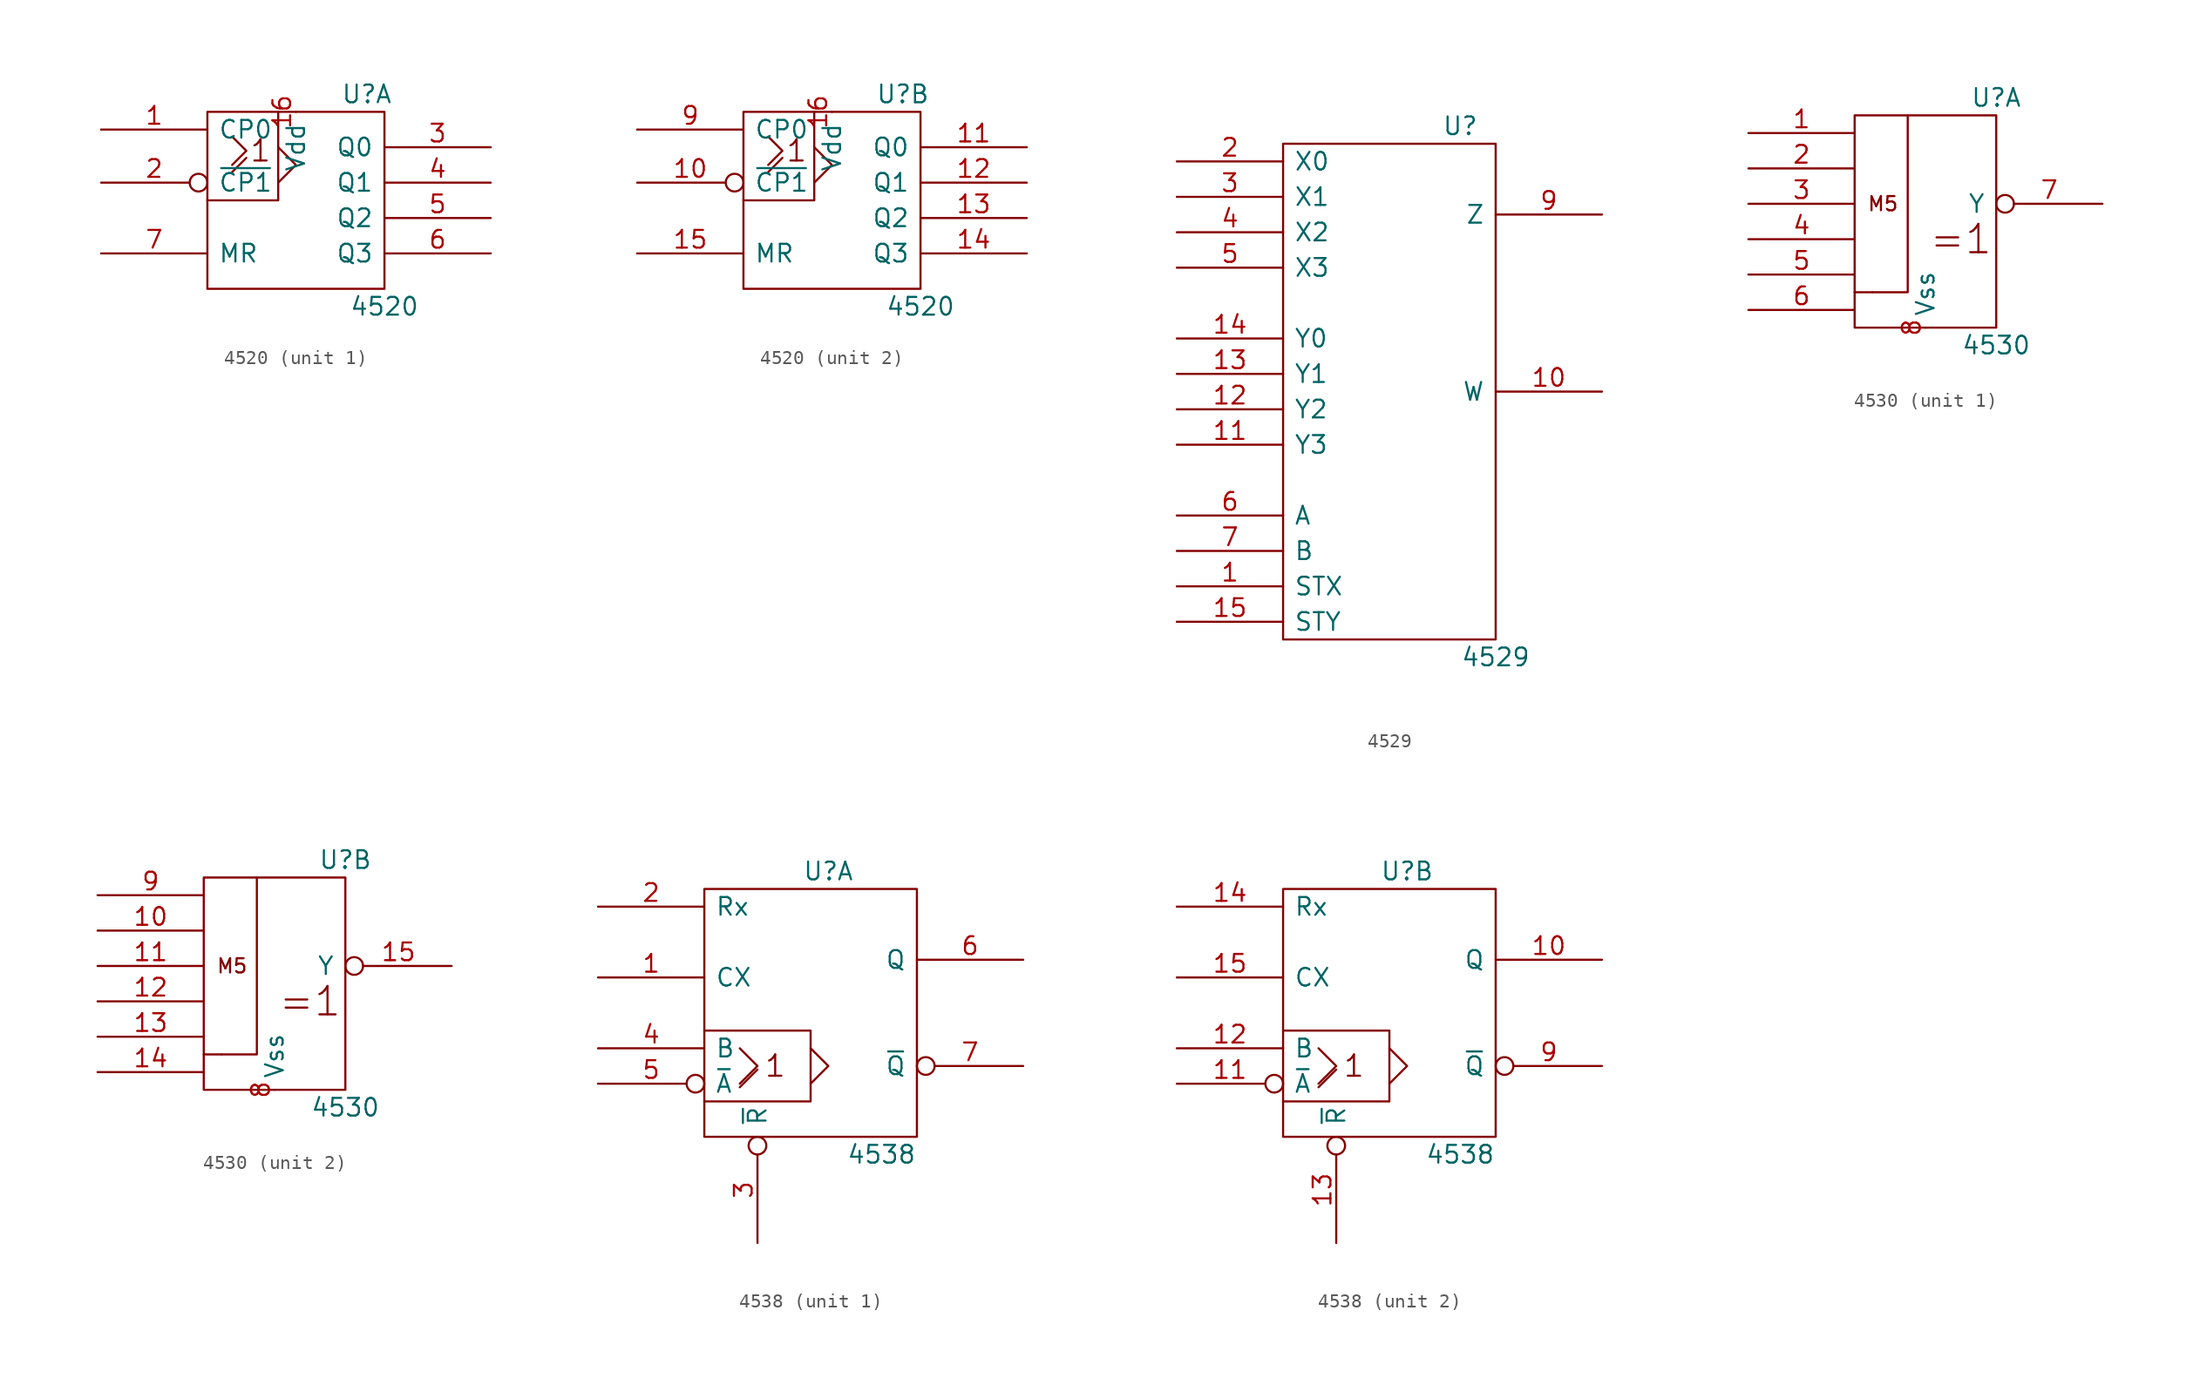
<source format=kicad_sym>
(kicad_symbol_lib
  (version 20201005)
  (generator kicad_symbol_editor)
  (symbol "4xxx_IEEE:4520"
    (pin_names
      (offset 0.762))
    (property "Reference" "U"
      (at 5.08 7.62 0)
      (effects (font (size 1.27 1.27))))
    (property "Value" "4520"
      (at 6.35 -7.62 0)
      (effects (font (size 1.27 1.27))))
    (symbol "4520_0_0"
      (text "1" (at -2.54 3.556 0) (effects (font (size 1.524 1.524)))))
    (symbol "4520_0_1"
      (rectangle (start 6.35 6.35) (end -6.35 -6.35) (stroke (width 0)) (fill (type none)))
      (polyline (pts (xy -4.572 2.032) (xy -3.556 3.048) (xy -3.556 3.048)) (stroke (width 0)) (fill (type none)))
      (polyline (pts (xy -4.572 4.572) (xy -3.556 3.556) (xy -4.572 2.54) (xy -4.572 2.54)) (stroke (width 0)) (fill (type none)))
      (polyline (pts (xy -1.27 3.81) (xy 0 2.54) (xy -1.27 1.27) (xy -1.27 1.27)) (stroke (width 0)) (fill (type none)))
      (polyline (pts (xy -1.27 6.35) (xy -1.27 0) (xy -6.35 0) (xy -6.35 0)) (stroke (width 0)) (fill (type none)))
      (pin power_in line (at 0 6.35 270) (length 0) (name "Vdd" (effects (font (size 1.27 1.27)))) (number "16" (effects (font (size 1.27 1.27)))))
      (pin power_in line (at 0 -6.35 90) (length 0) hide (name "Vss" (effects (font (size 1.27 1.27)))) (number "8" (effects (font (size 1.27 1.27))))))
    (symbol "4520_1_1"
      (pin input line (at -13.97 5.08 0) (length 7.62) (name "CP0" (effects (font (size 1.27 1.27)))) (number "1" (effects (font (size 1.27 1.27)))))
      (pin input inverted (at -13.97 1.27 0) (length 7.62) (name "~CP1" (effects (font (size 1.27 1.27)))) (number "2" (effects (font (size 1.27 1.27)))))
      (pin output line (at 13.97 3.81 180) (length 7.62) (name "Q0" (effects (font (size 1.27 1.27)))) (number "3" (effects (font (size 1.27 1.27)))))
      (pin output line (at 13.97 1.27 180) (length 7.62) (name "Q1" (effects (font (size 1.27 1.27)))) (number "4" (effects (font (size 1.27 1.27)))))
      (pin output line (at 13.97 -1.27 180) (length 7.62) (name "Q2" (effects (font (size 1.27 1.27)))) (number "5" (effects (font (size 1.27 1.27)))))
      (pin output line (at 13.97 -3.81 180) (length 7.62) (name "Q3" (effects (font (size 1.27 1.27)))) (number "6" (effects (font (size 1.27 1.27)))))
      (pin input line (at -13.97 -3.81 0) (length 7.62) (name "MR" (effects (font (size 1.27 1.27)))) (number "7" (effects (font (size 1.27 1.27))))))
    (symbol "4520_2_1"
      (pin input inverted (at -13.97 1.27 0) (length 7.62) (name "~CP1" (effects (font (size 1.27 1.27)))) (number "10" (effects (font (size 1.27 1.27)))))
      (pin output line (at 13.97 3.81 180) (length 7.62) (name "Q0" (effects (font (size 1.27 1.27)))) (number "11" (effects (font (size 1.27 1.27)))))
      (pin output line (at 13.97 1.27 180) (length 7.62) (name "Q1" (effects (font (size 1.27 1.27)))) (number "12" (effects (font (size 1.27 1.27)))))
      (pin output line (at 13.97 -1.27 180) (length 7.62) (name "Q2" (effects (font (size 1.27 1.27)))) (number "13" (effects (font (size 1.27 1.27)))))
      (pin output line (at 13.97 -3.81 180) (length 7.62) (name "Q3" (effects (font (size 1.27 1.27)))) (number "14" (effects (font (size 1.27 1.27)))))
      (pin input line (at -13.97 -3.81 0) (length 7.62) (name "MR" (effects (font (size 1.27 1.27)))) (number "15" (effects (font (size 1.27 1.27)))))
      (pin input line (at -13.97 5.08 0) (length 7.62) (name "CP0" (effects (font (size 1.27 1.27)))) (number "9" (effects (font (size 1.27 1.27)))))))
  (symbol "4xxx_IEEE:4529"
    (pin_names
      (offset 0.762))
    (property "Reference" "U"
      (at 5.08 19.05 0)
      (effects (font (size 1.27 1.27))))
    (property "Value" "4529"
      (at 7.62 -19.05 0)
      (effects (font (size 1.27 1.27))))
    (symbol "4529_0_1"
      (rectangle (start -7.62 17.78) (end 7.62 -17.78) (stroke (width 0)) (fill (type none))))
    (symbol "4529_1_1"
      (pin input line (at -15.24 -13.97 0) (length 7.62) (name "STX" (effects (font (size 1.27 1.27)))) (number "1" (effects (font (size 1.27 1.27)))))
      (pin tri_state line (at 15.24 0 180) (length 7.62) (name "W" (effects (font (size 1.27 1.27)))) (number "10" (effects (font (size 1.27 1.27)))))
      (pin input line (at -15.24 -3.81 0) (length 7.62) (name "Y3" (effects (font (size 1.27 1.27)))) (number "11" (effects (font (size 1.27 1.27)))))
      (pin input line (at -15.24 -1.27 0) (length 7.62) (name "Y2" (effects (font (size 1.27 1.27)))) (number "12" (effects (font (size 1.27 1.27)))))
      (pin input line (at -15.24 1.27 0) (length 7.62) (name "Y1" (effects (font (size 1.27 1.27)))) (number "13" (effects (font (size 1.27 1.27)))))
      (pin input line (at -15.24 3.81 0) (length 7.62) (name "Y0" (effects (font (size 1.27 1.27)))) (number "14" (effects (font (size 1.27 1.27)))))
      (pin input line (at -15.24 -16.51 0) (length 7.62) (name "STY" (effects (font (size 1.27 1.27)))) (number "15" (effects (font (size 1.27 1.27)))))
      (pin power_in line (at 0 17.78 270) (length 0) hide (name "VDD" (effects (font (size 1.27 1.27)))) (number "16" (effects (font (size 1.27 1.27)))))
      (pin input line (at -15.24 16.51 0) (length 7.62) (name "X0" (effects (font (size 1.27 1.27)))) (number "2" (effects (font (size 1.27 1.27)))))
      (pin input line (at -15.24 13.97 0) (length 7.62) (name "X1" (effects (font (size 1.27 1.27)))) (number "3" (effects (font (size 1.27 1.27)))))
      (pin input line (at -15.24 11.43 0) (length 7.62) (name "X2" (effects (font (size 1.27 1.27)))) (number "4" (effects (font (size 1.27 1.27)))))
      (pin input line (at -15.24 8.89 0) (length 7.62) (name "X3" (effects (font (size 1.27 1.27)))) (number "5" (effects (font (size 1.27 1.27)))))
      (pin input line (at -15.24 -8.89 0) (length 7.62) (name "A" (effects (font (size 1.27 1.27)))) (number "6" (effects (font (size 1.27 1.27)))))
      (pin input line (at -15.24 -11.43 0) (length 7.62) (name "B" (effects (font (size 1.27 1.27)))) (number "7" (effects (font (size 1.27 1.27)))))
      (pin power_in line (at 0 -17.78 90) (length 0) hide (name "VSS" (effects (font (size 1.27 1.27)))) (number "8" (effects (font (size 1.27 1.27)))))
      (pin tri_state line (at 15.24 12.7 180) (length 7.62) (name "Z" (effects (font (size 1.27 1.27)))) (number "9" (effects (font (size 1.27 1.27)))))))
  (symbol "4xxx_IEEE:4530"
    (pin_names
      (offset 0.762))
    (property "Reference" "U"
      (at 5.08 7.62 0)
      (effects (font (size 1.27 1.27))))
    (property "Value" "4530"
      (at 5.08 -10.16 0)
      (effects (font (size 1.27 1.27))))
    (symbol "4530_0_0"
      (text "=1" (at 2.54 -2.54 0) (effects (font (size 2.032 2.032))))
      (text "M5" (at -3.048 0 0) (effects (font (size 1.016 1.016))))
      (polyline (pts (xy -3.81 -6.35) (xy -5.08 -6.35) (xy -5.08 -6.35)) (stroke (width 0)) (fill (type none)))
      (pin power_in line (at 0 6.35 270) (length 0) hide (name "Vdd" (effects (font (size 1.27 1.27)))) (number "16" (effects (font (size 1.27 1.27)))))
      (pin power_in line (at 0 -8.89 90) (length 0) (name "Vss" (effects (font (size 1.27 1.27)))) (number "8" (effects (font (size 1.27 1.27))))))
    (symbol "4530_0_1"
      (rectangle (start -5.08 6.35) (end 5.08 -8.89) (stroke (width 0)) (fill (type none)))
      (polyline (pts (xy -1.27 6.35) (xy -1.27 -6.35) (xy -3.81 -6.35) (xy -3.81 -6.35)) (stroke (width 0)) (fill (type none))))
    (symbol "4530_1_1"
      (pin input line (at -12.7 5.08 0) (length 7.62) (name "~" (effects (font (size 1.27 1.27)))) (number "1" (effects (font (size 1.27 1.27)))))
      (pin input line (at -12.7 2.54 0) (length 7.62) (name "~" (effects (font (size 1.27 1.27)))) (number "2" (effects (font (size 1.27 1.27)))))
      (pin input line (at -12.7 0 0) (length 7.62) (name "~" (effects (font (size 1.27 1.27)))) (number "3" (effects (font (size 1.27 1.27)))))
      (pin input line (at -12.7 -2.54 0) (length 7.62) (name "~" (effects (font (size 1.27 1.27)))) (number "4" (effects (font (size 1.27 1.27)))))
      (pin input line (at -12.7 -5.08 0) (length 7.62) (name "~" (effects (font (size 1.27 1.27)))) (number "5" (effects (font (size 1.27 1.27)))))
      (pin input line (at -12.7 -7.62 0) (length 7.62) (name "~" (effects (font (size 1.27 1.27)))) (number "6" (effects (font (size 1.27 1.27)))))
      (pin output inverted (at 12.7 0 180) (length 7.62) (name "Y" (effects (font (size 1.27 1.27)))) (number "7" (effects (font (size 1.27 1.27))))))
    (symbol "4530_2_1"
      (pin input line (at -12.7 2.54 0) (length 7.62) (name "~" (effects (font (size 1.27 1.27)))) (number "10" (effects (font (size 1.27 1.27)))))
      (pin input line (at -12.7 0 0) (length 7.62) (name "~" (effects (font (size 1.27 1.27)))) (number "11" (effects (font (size 1.27 1.27)))))
      (pin input line (at -12.7 -2.54 0) (length 7.62) (name "~" (effects (font (size 1.27 1.27)))) (number "12" (effects (font (size 1.27 1.27)))))
      (pin input line (at -12.7 -5.08 0) (length 7.62) (name "~" (effects (font (size 1.27 1.27)))) (number "13" (effects (font (size 1.27 1.27)))))
      (pin input line (at -12.7 -7.62 0) (length 7.62) (name "~" (effects (font (size 1.27 1.27)))) (number "14" (effects (font (size 1.27 1.27)))))
      (pin output inverted (at 12.7 0 180) (length 7.62) (name "Y" (effects (font (size 1.27 1.27)))) (number "15" (effects (font (size 1.27 1.27)))))
      (pin input line (at -12.7 5.08 0) (length 7.62) (name "~" (effects (font (size 1.27 1.27)))) (number "9" (effects (font (size 1.27 1.27)))))))
  (symbol "4xxx_IEEE:4538"
    (pin_names
      (offset 0.762))
    (property "Reference" "U"
      (at 1.27 10.16 0)
      (effects (font (size 1.27 1.27))))
    (property "Value" "4538"
      (at 5.08 -10.16 0)
      (effects (font (size 1.27 1.27))))
    (symbol "4538_0_0"
      (text "1" (at -2.54 -3.81 0) (effects (font (size 1.524 1.524))))
      (polyline (pts (xy -5.08 -5.334) (xy -3.81 -4.064) (xy -3.81 -4.064)) (stroke (width 0)) (fill (type none)))
      (polyline (pts (xy -5.08 -2.54) (xy -3.81 -3.81) (xy -5.08 -5.08) (xy -5.08 -5.08)) (stroke (width 0)) (fill (type none)))
      (polyline (pts (xy 0 -2.54) (xy 1.27 -3.81) (xy 0 -5.08) (xy 0 -5.08)) (stroke (width 0)) (fill (type none)))
      (polyline (pts (xy -7.62 -1.27) (xy 0 -1.27) (xy 0 -6.35) (xy -7.62 -6.35) (xy -7.62 -6.35)) (stroke (width 0)) (fill (type none))))
    (symbol "4538_0_1"
      (rectangle (start -7.62 8.89) (end 7.62 -8.89) (stroke (width 0)) (fill (type none))))
    (symbol "4538_1_1"
      (pin input line (at -15.24 2.54 0) (length 7.62) (name "CX" (effects (font (size 1.27 1.27)))) (number "1" (effects (font (size 1.27 1.27)))))
      (pin power_in line (at 0 8.89 270) (length 0) hide (name "VDD" (effects (font (size 1.27 1.27)))) (number "16" (effects (font (size 1.27 1.27)))))
      (pin input line (at -15.24 7.62 0) (length 7.62) (name "Rx" (effects (font (size 1.27 1.27)))) (number "2" (effects (font (size 1.27 1.27)))))
      (pin input inverted (at -3.81 -16.51 90) (length 7.62) (name "~R" (effects (font (size 1.27 1.27)))) (number "3" (effects (font (size 1.27 1.27)))))
      (pin input line (at -15.24 -2.54 0) (length 7.62) (name "B" (effects (font (size 1.27 1.27)))) (number "4" (effects (font (size 1.27 1.27)))))
      (pin input inverted (at -15.24 -5.08 0) (length 7.62) (name "~A" (effects (font (size 1.27 1.27)))) (number "5" (effects (font (size 1.27 1.27)))))
      (pin output line (at 15.24 3.81 180) (length 7.62) (name "Q" (effects (font (size 1.27 1.27)))) (number "6" (effects (font (size 1.27 1.27)))))
      (pin output inverted (at 15.24 -3.81 180) (length 7.62) (name "~Q" (effects (font (size 1.27 1.27)))) (number "7" (effects (font (size 1.27 1.27)))))
      (pin power_in line (at 0 -8.89 90) (length 0) hide (name "VSS" (effects (font (size 1.27 1.27)))) (number "8" (effects (font (size 1.27 1.27))))))
    (symbol "4538_2_1"
      (pin output line (at 15.24 3.81 180) (length 7.62) (name "Q" (effects (font (size 1.27 1.27)))) (number "10" (effects (font (size 1.27 1.27)))))
      (pin input inverted (at -15.24 -5.08 0) (length 7.62) (name "~A" (effects (font (size 1.27 1.27)))) (number "11" (effects (font (size 1.27 1.27)))))
      (pin input line (at -15.24 -2.54 0) (length 7.62) (name "B" (effects (font (size 1.27 1.27)))) (number "12" (effects (font (size 1.27 1.27)))))
      (pin input inverted (at -3.81 -16.51 90) (length 7.62) (name "~R" (effects (font (size 1.27 1.27)))) (number "13" (effects (font (size 1.27 1.27)))))
      (pin input line (at -15.24 7.62 0) (length 7.62) (name "Rx" (effects (font (size 1.27 1.27)))) (number "14" (effects (font (size 1.27 1.27)))))
      (pin input line (at -15.24 2.54 0) (length 7.62) (name "CX" (effects (font (size 1.27 1.27)))) (number "15" (effects (font (size 1.27 1.27)))))
      (pin power_in line (at 0 8.89 270) (length 0) hide (name "VDD" (effects (font (size 1.27 1.27)))) (number "16" (effects (font (size 1.27 1.27)))))
      (pin power_in line (at 0 -8.89 90) (length 0) hide (name "VSS" (effects (font (size 1.27 1.27)))) (number "8" (effects (font (size 1.27 1.27)))))
      (pin output inverted (at 15.24 -3.81 180) (length 7.62) (name "~Q" (effects (font (size 1.27 1.27)))) (number "9" (effects (font (size 1.27 1.27))))))))
</source>
